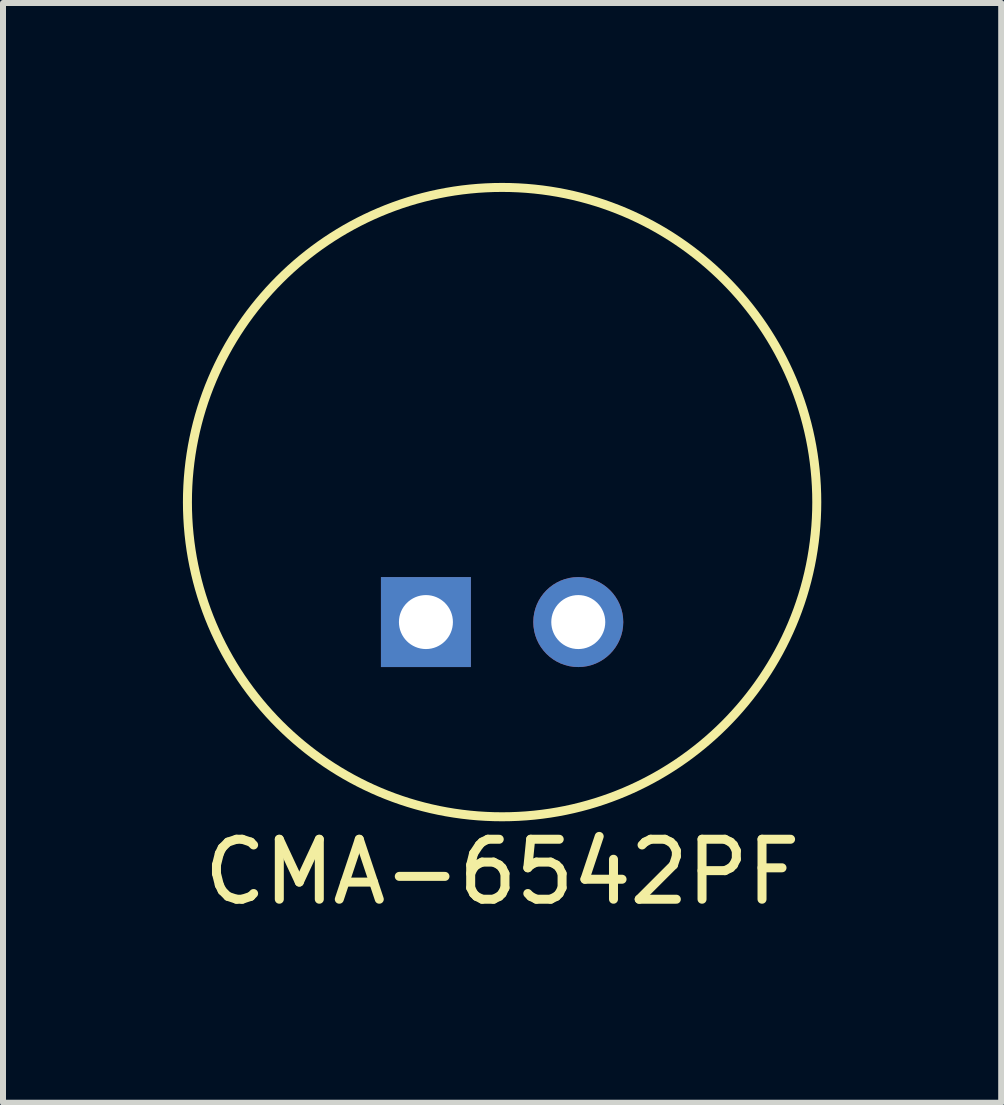
<source format=kicad_pcb>
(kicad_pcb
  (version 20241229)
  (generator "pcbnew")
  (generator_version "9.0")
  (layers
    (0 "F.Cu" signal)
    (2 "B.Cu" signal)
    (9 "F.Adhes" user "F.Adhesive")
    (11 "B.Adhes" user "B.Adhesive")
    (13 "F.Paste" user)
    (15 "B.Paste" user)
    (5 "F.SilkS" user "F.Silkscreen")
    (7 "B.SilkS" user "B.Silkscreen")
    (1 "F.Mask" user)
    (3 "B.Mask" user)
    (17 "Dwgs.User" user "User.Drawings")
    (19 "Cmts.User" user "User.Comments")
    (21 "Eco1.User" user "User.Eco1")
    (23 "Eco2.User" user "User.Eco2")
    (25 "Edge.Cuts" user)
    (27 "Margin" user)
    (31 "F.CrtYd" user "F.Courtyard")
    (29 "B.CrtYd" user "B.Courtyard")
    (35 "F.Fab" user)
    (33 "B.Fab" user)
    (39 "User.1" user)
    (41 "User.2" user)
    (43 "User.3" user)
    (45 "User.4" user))
  (footprint "CMA-6542PF"
    (layer "F.Cu")
    (at 5.321 7.321)
    (property "Reference" "CMA-6542PF" (at 0 4.166 0) (layer "F.SilkS") (effects (font (size 1 1) (thickness 0.15))))
    (attr through_hole)
    (fp_circle (center 0 -2) (end 4.85 0) (stroke (width 0.15) (type solid)) (fill no) (layer "F.SilkS"))
    (pad "1" thru_hole rect (at -1.27 0) (size 1.5 1.5) (drill 0.9) (layers "*.Cu" "*.Mask"))
    (pad "2" thru_hole circle (at 1.27 0) (size 1.5 1.5) (drill 0.9) (layers "*.Cu" "*.Mask")))
  (gr_rect
    (start -3 -3)
    (end 13.642 15.335)
    (stroke (width 0.1) (type default))
    (fill no)
    (layer "Edge.Cuts")))
</source>
